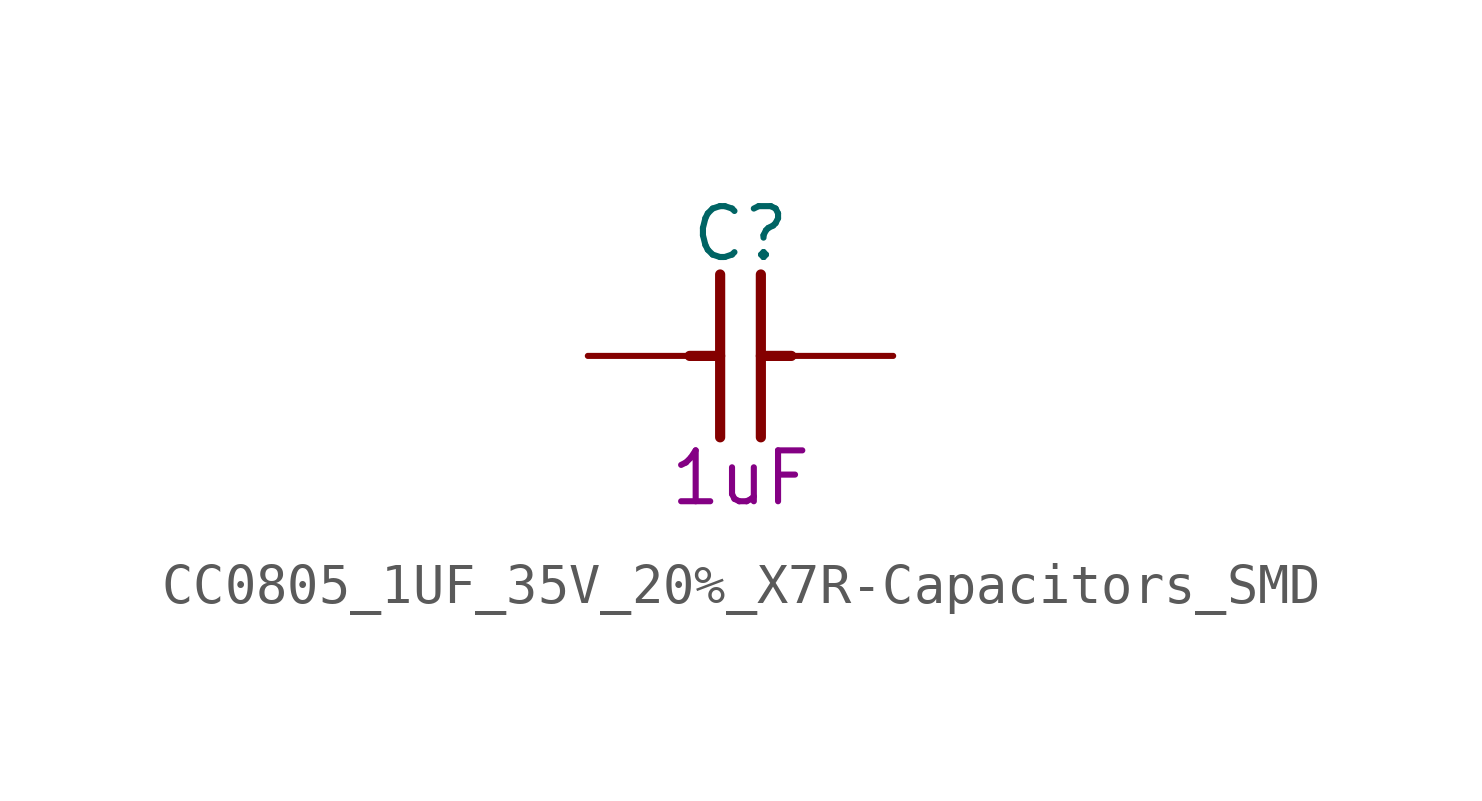
<source format=kicad_sym>
(kicad_symbol_lib
  (version 20200126)
  (host kicad_symbol_editor "(5.99.0-2809-gaceed2b0a4)")
  (symbol "LCD_Board-rescue:CC0805_1UF_35V_20%_X7R-Capacitors_SMD"
    (pin_names
      (offset 1.27))
    (property "Reference" "C"
      (at 3.81 3.048 0)
      (effects (font (size 1.27 1.27))))
    (property "Val" "1uF"
      (at 3.81 -3.048 0)
      (effects (font (size 1.27 1.27))))
    (property "ki_locked" ""
      (at 0 0 0)
      (effects (font (size 1.27 1.27))))
    (symbol "CC0805_1UF_35V_20%_X7R-Capacitors_SMD_0_1"
      (polyline (pts (xy 2.54 0) (xy 3.302 0)) (stroke (width 0.254)) (fill (type none)))
      (polyline (pts (xy 3.302 -2.032) (xy 3.302 2.032)) (stroke (width 0.254)) (fill (type none)))
      (polyline (pts (xy 4.318 2.032) (xy 4.318 -2.032)) (stroke (width 0.254)) (fill (type none)))
      (polyline (pts (xy 5.08 0) (xy 4.318 0)) (stroke (width 0.254)) (fill (type none)))
      (pin passive line (at 0 0 0) (length 2.54) (name "1" (effects (font (size 0 0)))) (number "1" (effects (font (size 0 0)))))
      (pin passive line (at 7.62 0 180) (length 2.54) (name "2" (effects (font (size 0 0)))) (number "2" (effects (font (size 0 0))))))))
</source>
